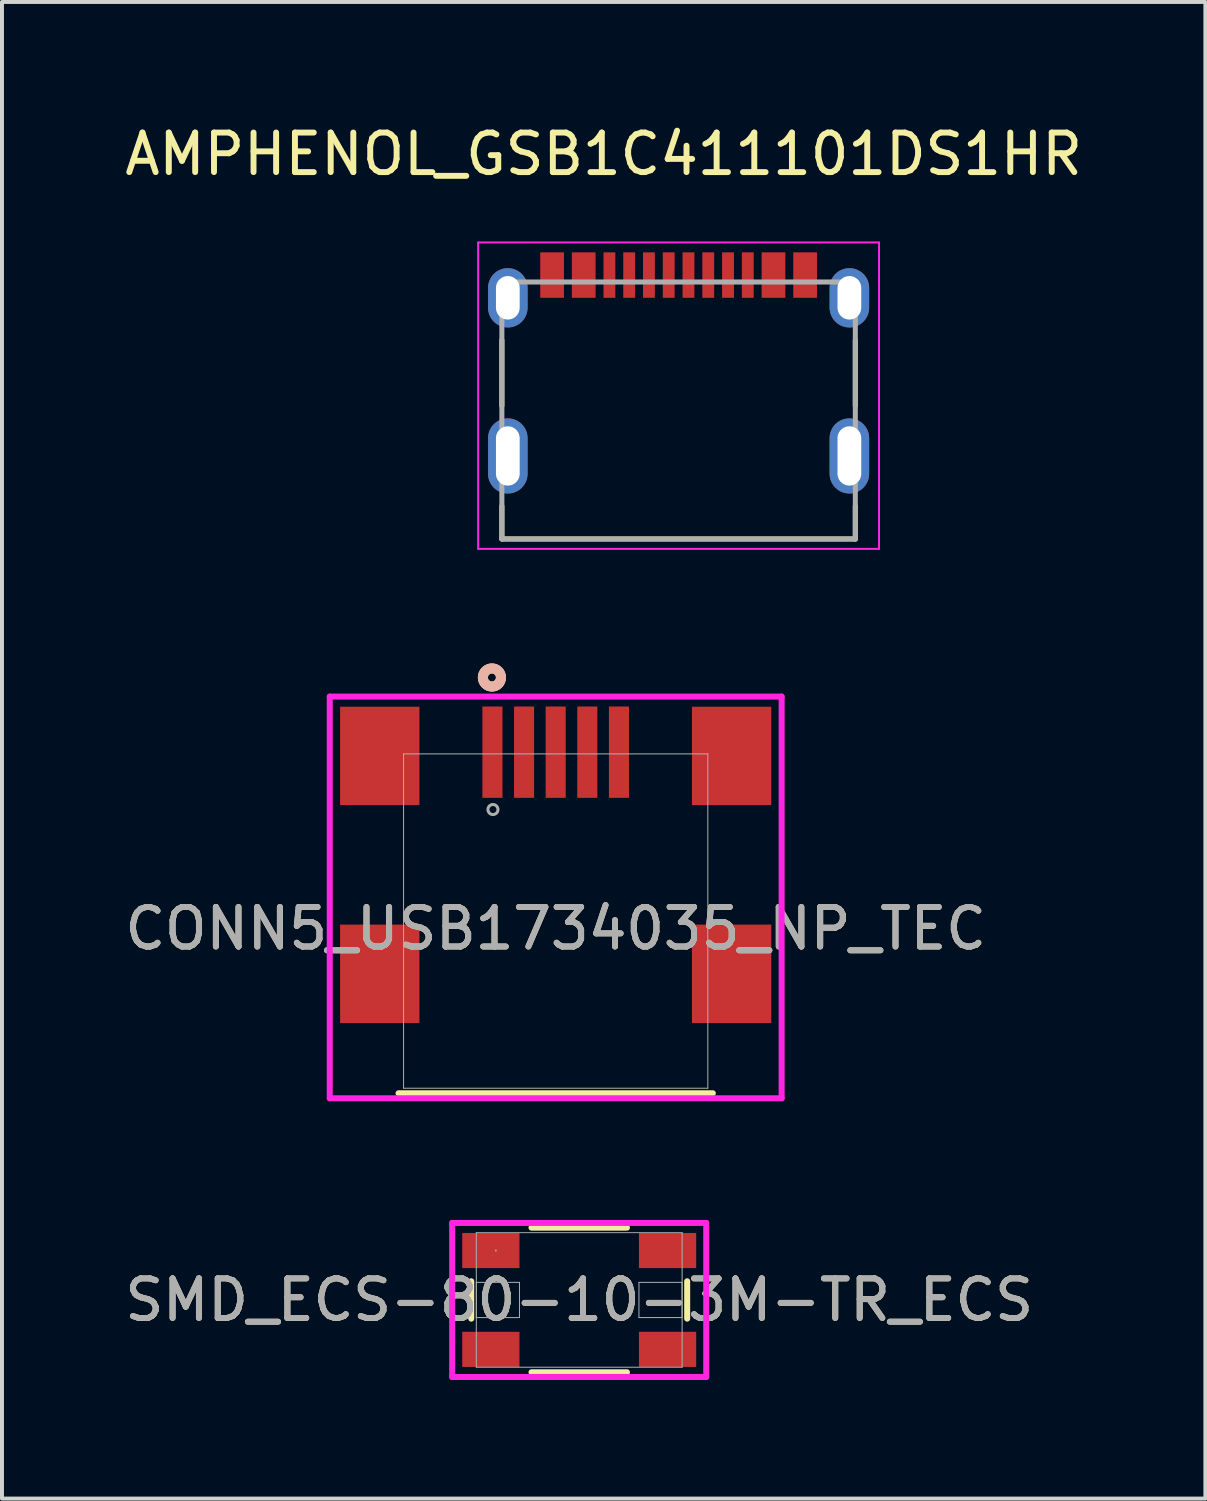
<source format=kicad_pcb>
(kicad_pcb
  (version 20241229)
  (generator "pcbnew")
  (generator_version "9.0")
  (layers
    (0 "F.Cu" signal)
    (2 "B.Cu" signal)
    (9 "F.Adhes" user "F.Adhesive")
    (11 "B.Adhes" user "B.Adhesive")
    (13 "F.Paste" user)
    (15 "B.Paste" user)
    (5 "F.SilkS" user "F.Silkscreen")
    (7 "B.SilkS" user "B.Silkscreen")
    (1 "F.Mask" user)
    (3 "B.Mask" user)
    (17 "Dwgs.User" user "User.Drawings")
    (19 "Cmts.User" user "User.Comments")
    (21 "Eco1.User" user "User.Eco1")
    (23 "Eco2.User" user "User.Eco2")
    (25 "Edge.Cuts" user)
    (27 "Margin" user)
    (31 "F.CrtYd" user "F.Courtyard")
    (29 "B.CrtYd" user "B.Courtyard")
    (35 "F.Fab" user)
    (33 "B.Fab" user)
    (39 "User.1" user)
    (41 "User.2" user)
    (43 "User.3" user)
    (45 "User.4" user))
  (footprint "CONN5_USB1734035_NP_TEC"
    (layer "F.Cu")
    (at 11.006 20.437)
    (property "Reference" "CONN5_USB1734035_NP_TEC" (at 0 0 0) (unlocked yes) (layer "F.SilkS") (effects (font (size 1 1) (thickness 0.15))))
    (attr smd)
    (fp_line (start -3.975 4.167) (end 3.975 4.167) (stroke (width 0.152) (type solid)) (layer "F.SilkS"))
    (fp_circle (center -1.613 -6.35) (end -1.511 -6.35) (stroke (width 0.254) (type solid)) (fill no) (layer "F.SilkS"))
    (fp_circle (center -1.613 -6.35) (end -1.511 -6.35) (stroke (width 0.254) (type solid)) (fill no) (layer "B.SilkS"))
    (fp_line (start -5.715 -5.867) (end -5.715 4.294) (stroke (width 0.152) (type solid)) (layer "F.CrtYd"))
    (fp_line (start -5.715 4.294) (end 5.715 4.294) (stroke (width 0.152) (type solid)) (layer "F.CrtYd"))
    (fp_line (start 5.715 -5.867) (end -5.715 -5.867) (stroke (width 0.152) (type solid)) (layer "F.CrtYd"))
    (fp_line (start 5.715 4.294) (end 5.715 -5.867) (stroke (width 0.152) (type solid)) (layer "F.CrtYd"))
    (fp_line (start -3.848 -4.418) (end -3.848 4.04) (stroke (width 0.025) (type solid)) (layer "F.Fab"))
    (fp_line (start -3.848 4.04) (end 3.848 4.04) (stroke (width 0.025) (type solid)) (layer "F.Fab"))
    (fp_line (start 3.848 -4.418) (end -3.848 -4.418) (stroke (width 0.025) (type solid)) (layer "F.Fab"))
    (fp_line (start 3.848 4.04) (end 3.848 -4.418) (stroke (width 0.025) (type solid)) (layer "F.Fab"))
    (fp_circle (center -1.587 -3.01) (end -1.46 -3.01) (stroke (width 0.076) (type solid)) (fill no) (layer "F.Fab"))
    (fp_text user "${REFERENCE}" (at 0 0 0) (unlocked yes) (layer "F.Fab") (effects (font (size 1 1) (thickness 0.15))))
    (pad "1" smd rect (at -1.6 -4.461) (size 0.508 2.311) (layers "F.Cu" "F.Mask" "F.Paste"))
    (pad "2" smd rect (at -0.8 -4.461) (size 0.508 2.311) (layers "F.Cu" "F.Mask" "F.Paste"))
    (pad "3" smd rect (at 0 -4.461) (size 0.508 2.311) (layers "F.Cu" "F.Mask" "F.Paste"))
    (pad "4" smd rect (at 0.8 -4.461) (size 0.508 2.311) (layers "F.Cu" "F.Mask" "F.Paste"))
    (pad "5" smd rect (at 1.6 -4.461) (size 0.508 2.311) (layers "F.Cu" "F.Mask" "F.Paste"))
    (pad "6" smd rect (at -4.45 -4.366) (size 2.007 2.489) (layers "F.Cu" "F.Mask" "F.Paste"))
    (pad "7" smd rect (at 4.45 -4.366) (size 2.007 2.489) (layers "F.Cu" "F.Mask" "F.Paste"))
    (pad "8" smd rect (at -4.45 1.145) (size 2.007 2.489) (layers "F.Cu" "F.Mask" "F.Paste"))
    (pad "9" smd rect (at 4.45 1.145) (size 2.007 2.489) (layers "F.Cu" "F.Mask" "F.Paste")))
  (footprint "AMPHENOL_GSB1C411101DS1HR"
    (layer "F.Cu")
    (at 14.115 8.483)
    (property "Reference" "AMPHENOL_GSB1C411101DS1HR" (at -1.895 -7.635 0) (layer "F.SilkS") (effects (font (size 1 1) (thickness 0.15))))
    (attr smd)
    (fp_line (start -4.47 -2.93) (end -4.47 -1.27) (stroke (width 0.127) (type solid)) (layer "F.SilkS"))
    (fp_line (start -4.47 2.1) (end -4.47 1.27) (stroke (width 0.127) (type solid)) (layer "F.SilkS"))
    (fp_line (start -4.47 2.1) (end 4.47 2.1) (stroke (width 0.127) (type solid)) (layer "F.SilkS"))
    (fp_line (start 4.47 -2.93) (end 4.47 -1.27) (stroke (width 0.127) (type solid)) (layer "F.SilkS"))
    (fp_line (start 4.47 2.1) (end 4.47 1.27) (stroke (width 0.127) (type solid)) (layer "F.SilkS"))
    (fp_line (start -5.07 -5.4) (end -5.07 2.35) (stroke (width 0.05) (type solid)) (layer "F.CrtYd"))
    (fp_line (start -5.07 2.35) (end 5.07 2.35) (stroke (width 0.05) (type solid)) (layer "F.CrtYd"))
    (fp_line (start 5.07 -5.4) (end -5.07 -5.4) (stroke (width 0.05) (type solid)) (layer "F.CrtYd"))
    (fp_line (start 5.07 2.35) (end 5.07 -5.4) (stroke (width 0.05) (type solid)) (layer "F.CrtYd"))
    (fp_line (start -4.47 -4.4) (end -4.47 2.1) (stroke (width 0.127) (type solid)) (layer "F.Fab"))
    (fp_line (start -4.47 2.1) (end 4.47 2.1) (stroke (width 0.127) (type solid)) (layer "F.Fab"))
    (fp_line (start 4.47 -4.4) (end -4.47 -4.4) (stroke (width 0.127) (type solid)) (layer "F.Fab"))
    (fp_line (start 4.47 2.1) (end 4.47 -4.4) (stroke (width 0.127) (type solid)) (layer "F.Fab"))
    (pad "A1B12" smd rect (at -3.2 -4.575) (size 0.6 1.15) (layers "F.Cu" "F.Mask" "F.Paste"))
    (pad "A4B9" smd rect (at -2.4 -4.575) (size 0.6 1.15) (layers "F.Cu" "F.Mask" "F.Paste"))
    (pad "A5" smd rect (at -1.25 -4.575) (size 0.3 1.15) (layers "F.Cu" "F.Mask" "F.Paste"))
    (pad "A6" smd rect (at -0.25 -4.575) (size 0.3 1.15) (layers "F.Cu" "F.Mask" "F.Paste"))
    (pad "A7" smd rect (at 0.25 -4.575) (size 0.3 1.15) (layers "F.Cu" "F.Mask" "F.Paste"))
    (pad "A8" smd rect (at 1.25 -4.575) (size 0.3 1.15) (layers "F.Cu" "F.Mask" "F.Paste"))
    (pad "B1A12" smd rect (at 3.2 -4.575) (size 0.6 1.15) (layers "F.Cu" "F.Mask" "F.Paste"))
    (pad "B4A9" smd rect (at 2.4 -4.575) (size 0.6 1.15) (layers "F.Cu" "F.Mask" "F.Paste"))
    (pad "B5" smd rect (at 1.75 -4.575) (size 0.3 1.15) (layers "F.Cu" "F.Mask" "F.Paste"))
    (pad "B6" smd rect (at 0.75 -4.575) (size 0.3 1.15) (layers "F.Cu" "F.Mask" "F.Paste"))
    (pad "B7" smd rect (at -0.75 -4.575) (size 0.3 1.15) (layers "F.Cu" "F.Mask" "F.Paste"))
    (pad "B8" smd rect (at -1.75 -4.575) (size 0.3 1.15) (layers "F.Cu" "F.Mask" "F.Paste"))
    (pad "SH1" thru_hole oval (at -4.32 0) (size 1 1.9) (drill oval 0.6 1.5) (layers "*.Cu" "*.Mask"))
    (pad "SH2" thru_hole oval (at 4.32 0) (size 1 1.9) (drill oval 0.6 1.5) (layers "*.Cu" "*.Mask"))
    (pad "SH3" thru_hole oval (at -4.32 -4) (size 1 1.5) (drill oval 0.6 1.1) (layers "*.Cu" "*.Mask"))
    (pad "SH4" thru_hole oval (at 4.32 -4) (size 1 1.5) (drill oval 0.6 1.1) (layers "*.Cu" "*.Mask")))
  (footprint "SMD_ECS-80-10-3M-TR_ECS"
    (layer "F.Cu")
    (at 11.601 29.832)
    (property "Reference" "SMD_ECS-80-10-3M-TR_ECS" (at 0 0 0) (unlocked yes) (layer "F.SilkS") (effects (font (size 1 1) (thickness 0.15))))
    (attr smd)
    (fp_line (start -2.731 -0.473) (end -2.731 0.473) (stroke (width 0.152) (type solid)) (layer "F.SilkS"))
    (fp_line (start -1.207 1.829) (end 1.207 1.829) (stroke (width 0.152) (type solid)) (layer "F.SilkS"))
    (fp_line (start 1.207 -1.829) (end -1.207 -1.829) (stroke (width 0.152) (type solid)) (layer "F.SilkS"))
    (fp_line (start 2.731 0.473) (end 2.731 -0.473) (stroke (width 0.152) (type solid)) (layer "F.SilkS"))
    (fp_line (start -3.213 -1.948) (end 3.213 -1.948) (stroke (width 0.152) (type solid)) (layer "F.CrtYd"))
    (fp_line (start -3.213 1.948) (end -3.213 -1.948) (stroke (width 0.152) (type solid)) (layer "F.CrtYd"))
    (fp_line (start 3.213 -1.948) (end 3.213 1.948) (stroke (width 0.152) (type solid)) (layer "F.CrtYd"))
    (fp_line (start 3.213 1.948) (end -3.213 1.948) (stroke (width 0.152) (type solid)) (layer "F.CrtYd"))
    (fp_line (start -2.603 -1.702) (end -2.603 1.702) (stroke (width 0.025) (type solid)) (layer "F.Fab"))
    (fp_line (start -2.603 -0.445) (end -2.603 0.445) (stroke (width 0.025) (type solid)) (layer "F.Fab"))
    (fp_line (start -2.603 0.445) (end -1.511 0.445) (stroke (width 0.025) (type solid)) (layer "F.Fab"))
    (fp_line (start -2.603 1.702) (end 2.603 1.702) (stroke (width 0.025) (type solid)) (layer "F.Fab"))
    (fp_line (start -1.511 -0.445) (end -2.603 -0.445) (stroke (width 0.025) (type solid)) (layer "F.Fab"))
    (fp_line (start -1.511 0.445) (end -1.511 -0.445) (stroke (width 0.025) (type solid)) (layer "F.Fab"))
    (fp_line (start 1.511 -0.445) (end 1.511 0.445) (stroke (width 0.025) (type solid)) (layer "F.Fab"))
    (fp_line (start 1.511 0.445) (end 2.603 0.445) (stroke (width 0.025) (type solid)) (layer "F.Fab"))
    (fp_line (start 2.603 -1.702) (end -2.603 -1.702) (stroke (width 0.025) (type solid)) (layer "F.Fab"))
    (fp_line (start 2.603 -0.445) (end 1.511 -0.445) (stroke (width 0.025) (type solid)) (layer "F.Fab"))
    (fp_line (start 2.603 0.445) (end 2.603 -0.445) (stroke (width 0.025) (type solid)) (layer "F.Fab"))
    (fp_line (start 2.603 1.702) (end 2.603 -1.702) (stroke (width 0.025) (type solid)) (layer "F.Fab"))
    (fp_circle (center -2.108 -1.25) (end -2.108 -1.25) (stroke (width 0.025) (type solid)) (fill no) (layer "F.Fab"))
    (fp_text user "${REFERENCE}" (at 0 0 0) (unlocked yes) (layer "F.Fab") (effects (font (size 1 1) (thickness 0.15))))
    (pad "1" smd rect (at -2.235 1.25) (size 1.448 0.889) (layers "F.Cu" "F.Mask" "F.Paste"))
    (pad "2" smd rect (at 2.235 1.25) (size 1.448 0.889) (layers "F.Cu" "F.Mask" "F.Paste"))
    (pad "3" smd rect (at 2.235 -1.25) (size 1.448 0.889) (layers "F.Cu" "F.Mask" "F.Paste"))
    (pad "4" smd rect (at -2.235 -1.25) (size 1.448 0.889) (layers "F.Cu" "F.Mask" "F.Paste"))
    (zone (net_name "") (layer "F.Cu") (hatch full 0.508) (connect_pads) (min_thickness 0.254) (filled_areas_thickness no) (keepout (tracks not_allowed) (vias not_allowed) (pads allowed) (copperpour not_allowed) (footprints allowed)) (placement (enabled no)) (fill) (polygon (pts (xy 10.141 28.181) (xy 13.062 28.181) (xy 13.062 31.483) (xy 10.141 31.483)))))
  (gr_rect
    (start -3 -3)
    (end 27.44 34.857)
    (stroke (width 0.1) (type default))
    (fill no)
    (layer "Edge.Cuts")))
</source>
